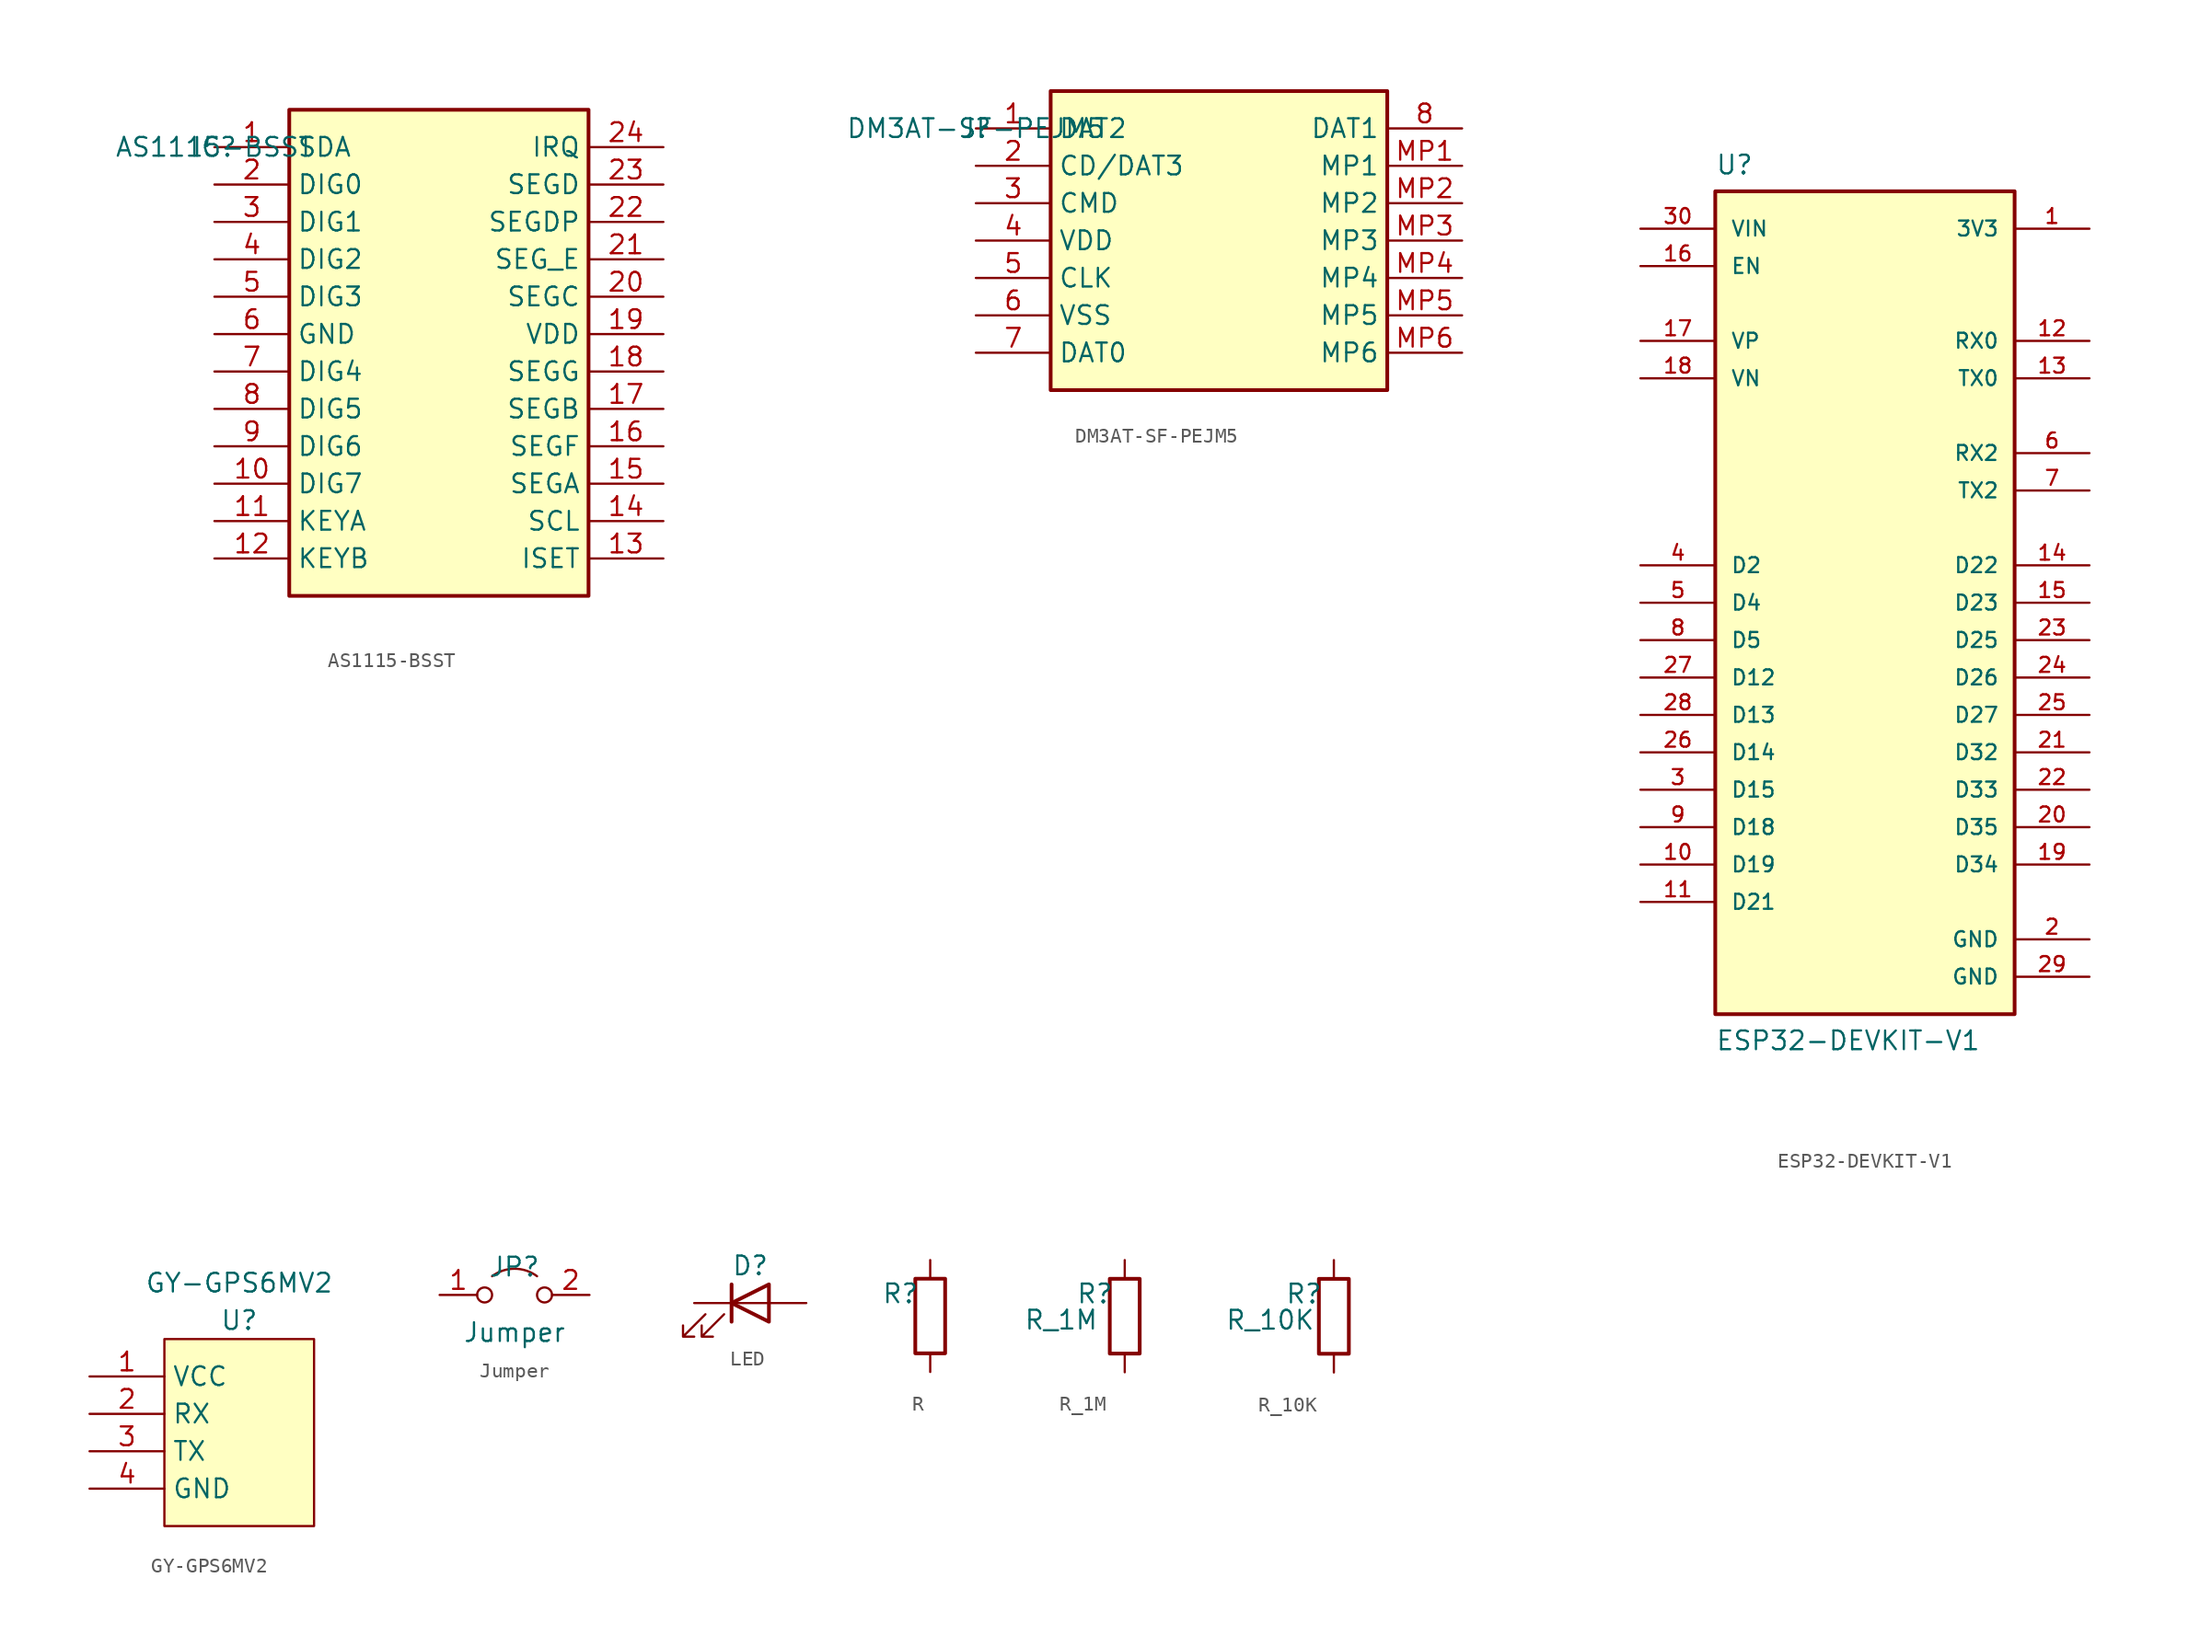
<source format=kicad_sym>
(kicad_symbol_lib
  (version 20211014)
  (generator kicad_symbol_editor)
  (symbol "AS1115-BSST"
    (property "Reference" "IC"
      (at 0 0 0)
      (effects (font (size 1.27 1.27))))
    (property "Value" "AS1115-BSST"
      (at 0 0 0)
      (effects (font (size 1.27 1.27))))
    (symbol "AS1115-BSST_1_1"
      (rectangle (start 5.08 2.54) (end 25.4 -30.48) (stroke (width 0.254) (type default) (color 0 0 0 0)) (fill (type background)))
      (pin passive line (at 0 0 0) (length 5.08) (name "SDA" (effects (font (size 1.27 1.27)))) (number "1" (effects (font (size 1.27 1.27)))))
      (pin passive line (at 0 -22.86 0) (length 5.08) (name "DIG7" (effects (font (size 1.27 1.27)))) (number "10" (effects (font (size 1.27 1.27)))))
      (pin passive line (at 0 -25.4 0) (length 5.08) (name "KEYA" (effects (font (size 1.27 1.27)))) (number "11" (effects (font (size 1.27 1.27)))))
      (pin passive line (at 0 -27.94 0) (length 5.08) (name "KEYB" (effects (font (size 1.27 1.27)))) (number "12" (effects (font (size 1.27 1.27)))))
      (pin passive line (at 30.48 -27.94 180) (length 5.08) (name "ISET" (effects (font (size 1.27 1.27)))) (number "13" (effects (font (size 1.27 1.27)))))
      (pin passive line (at 30.48 -25.4 180) (length 5.08) (name "SCL" (effects (font (size 1.27 1.27)))) (number "14" (effects (font (size 1.27 1.27)))))
      (pin passive line (at 30.48 -22.86 180) (length 5.08) (name "SEGA" (effects (font (size 1.27 1.27)))) (number "15" (effects (font (size 1.27 1.27)))))
      (pin passive line (at 30.48 -20.32 180) (length 5.08) (name "SEGF" (effects (font (size 1.27 1.27)))) (number "16" (effects (font (size 1.27 1.27)))))
      (pin passive line (at 30.48 -17.78 180) (length 5.08) (name "SEGB" (effects (font (size 1.27 1.27)))) (number "17" (effects (font (size 1.27 1.27)))))
      (pin passive line (at 30.48 -15.24 180) (length 5.08) (name "SEGG" (effects (font (size 1.27 1.27)))) (number "18" (effects (font (size 1.27 1.27)))))
      (pin passive line (at 30.48 -12.7 180) (length 5.08) (name "VDD" (effects (font (size 1.27 1.27)))) (number "19" (effects (font (size 1.27 1.27)))))
      (pin passive line (at 0 -2.54 0) (length 5.08) (name "DIG0" (effects (font (size 1.27 1.27)))) (number "2" (effects (font (size 1.27 1.27)))))
      (pin passive line (at 30.48 -10.16 180) (length 5.08) (name "SEGC" (effects (font (size 1.27 1.27)))) (number "20" (effects (font (size 1.27 1.27)))))
      (pin passive line (at 30.48 -7.62 180) (length 5.08) (name "SEG_E" (effects (font (size 1.27 1.27)))) (number "21" (effects (font (size 1.27 1.27)))))
      (pin passive line (at 30.48 -5.08 180) (length 5.08) (name "SEGDP" (effects (font (size 1.27 1.27)))) (number "22" (effects (font (size 1.27 1.27)))))
      (pin passive line (at 30.48 -2.54 180) (length 5.08) (name "SEGD" (effects (font (size 1.27 1.27)))) (number "23" (effects (font (size 1.27 1.27)))))
      (pin passive line (at 30.48 0 180) (length 5.08) (name "IRQ" (effects (font (size 1.27 1.27)))) (number "24" (effects (font (size 1.27 1.27)))))
      (pin passive line (at 0 -5.08 0) (length 5.08) (name "DIG1" (effects (font (size 1.27 1.27)))) (number "3" (effects (font (size 1.27 1.27)))))
      (pin passive line (at 0 -7.62 0) (length 5.08) (name "DIG2" (effects (font (size 1.27 1.27)))) (number "4" (effects (font (size 1.27 1.27)))))
      (pin passive line (at 0 -10.16 0) (length 5.08) (name "DIG3" (effects (font (size 1.27 1.27)))) (number "5" (effects (font (size 1.27 1.27)))))
      (pin passive line (at 0 -12.7 0) (length 5.08) (name "GND" (effects (font (size 1.27 1.27)))) (number "6" (effects (font (size 1.27 1.27)))))
      (pin passive line (at 0 -15.24 0) (length 5.08) (name "DIG4" (effects (font (size 1.27 1.27)))) (number "7" (effects (font (size 1.27 1.27)))))
      (pin passive line (at 0 -17.78 0) (length 5.08) (name "DIG5" (effects (font (size 1.27 1.27)))) (number "8" (effects (font (size 1.27 1.27)))))
      (pin passive line (at 0 -20.32 0) (length 5.08) (name "DIG6" (effects (font (size 1.27 1.27)))) (number "9" (effects (font (size 1.27 1.27)))))))
  (symbol "DM3AT-SF-PEJM5"
    (property "Reference" "J"
      (at 0 0 0)
      (effects (font (size 1.27 1.27))))
    (property "Value" "DM3AT-SF-PEJM5"
      (at 0 0 0)
      (effects (font (size 1.27 1.27))))
    (symbol "DM3AT-SF-PEJM5_1_1"
      (rectangle (start 5.08 2.54) (end 27.94 -17.78) (stroke (width 0.254) (type default) (color 0 0 0 0)) (fill (type background)))
      (pin passive line (at 0 0 0) (length 5.08) (name "DAT2" (effects (font (size 1.27 1.27)))) (number "1" (effects (font (size 1.27 1.27)))))
      (pin passive line (at 0 -2.54 0) (length 5.08) (name "CD/DAT3" (effects (font (size 1.27 1.27)))) (number "2" (effects (font (size 1.27 1.27)))))
      (pin passive line (at 0 -5.08 0) (length 5.08) (name "CMD" (effects (font (size 1.27 1.27)))) (number "3" (effects (font (size 1.27 1.27)))))
      (pin passive line (at 0 -7.62 0) (length 5.08) (name "VDD" (effects (font (size 1.27 1.27)))) (number "4" (effects (font (size 1.27 1.27)))))
      (pin passive line (at 0 -10.16 0) (length 5.08) (name "CLK" (effects (font (size 1.27 1.27)))) (number "5" (effects (font (size 1.27 1.27)))))
      (pin passive line (at 0 -12.7 0) (length 5.08) (name "VSS" (effects (font (size 1.27 1.27)))) (number "6" (effects (font (size 1.27 1.27)))))
      (pin passive line (at 0 -15.24 0) (length 5.08) (name "DAT0" (effects (font (size 1.27 1.27)))) (number "7" (effects (font (size 1.27 1.27)))))
      (pin passive line (at 33.02 0 180) (length 5.08) (name "DAT1" (effects (font (size 1.27 1.27)))) (number "8" (effects (font (size 1.27 1.27)))))
      (pin passive line (at 33.02 -2.54 180) (length 5.08) (name "MP1" (effects (font (size 1.27 1.27)))) (number "MP1" (effects (font (size 1.27 1.27)))))
      (pin passive line (at 33.02 -5.08 180) (length 5.08) (name "MP2" (effects (font (size 1.27 1.27)))) (number "MP2" (effects (font (size 1.27 1.27)))))
      (pin passive line (at 33.02 -7.62 180) (length 5.08) (name "MP3" (effects (font (size 1.27 1.27)))) (number "MP3" (effects (font (size 1.27 1.27)))))
      (pin passive line (at 33.02 -10.16 180) (length 5.08) (name "MP4" (effects (font (size 1.27 1.27)))) (number "MP4" (effects (font (size 1.27 1.27)))))
      (pin passive line (at 33.02 -12.7 180) (length 5.08) (name "MP5" (effects (font (size 1.27 1.27)))) (number "MP5" (effects (font (size 1.27 1.27)))))
      (pin passive line (at 33.02 -15.24 180) (length 5.08) (name "MP6" (effects (font (size 1.27 1.27)))) (number "MP6" (effects (font (size 1.27 1.27)))))))
  (symbol "ESP32-DEVKIT-V1"
    (pin_names
      (offset 1.016))
    (property "Reference" "U"
      (at -10.16 30.48 0)
      (effects (font (size 1.27 1.27)) (justify left top)))
    (property "Value" "ESP32-DEVKIT-V1"
      (at -10.16 -30.48 0)
      (effects (font (size 1.27 1.27)) (justify left bottom)))
    (symbol "ESP32-DEVKIT-V1_0_0"
      (rectangle (start -10.16 -27.94) (end 10.16 27.94) (stroke (width 0.254) (type default) (color 0 0 0 0)) (fill (type background)))
      (pin output line (at 15.24 25.4 180) (length 5.08) (name "3V3" (effects (font (size 1.016 1.016)))) (number "1" (effects (font (size 1.016 1.016)))))
      (pin bidirectional line (at -15.24 -17.78 0) (length 5.08) (name "D19" (effects (font (size 1.016 1.016)))) (number "10" (effects (font (size 1.016 1.016)))))
      (pin bidirectional line (at -15.24 -20.32 0) (length 5.08) (name "D21" (effects (font (size 1.016 1.016)))) (number "11" (effects (font (size 1.016 1.016)))))
      (pin input line (at 15.24 17.78 180) (length 5.08) (name "RX0" (effects (font (size 1.016 1.016)))) (number "12" (effects (font (size 1.016 1.016)))))
      (pin output line (at 15.24 15.24 180) (length 5.08) (name "TX0" (effects (font (size 1.016 1.016)))) (number "13" (effects (font (size 1.016 1.016)))))
      (pin bidirectional line (at 15.24 2.54 180) (length 5.08) (name "D22" (effects (font (size 1.016 1.016)))) (number "14" (effects (font (size 1.016 1.016)))))
      (pin bidirectional line (at 15.24 0 180) (length 5.08) (name "D23" (effects (font (size 1.016 1.016)))) (number "15" (effects (font (size 1.016 1.016)))))
      (pin input line (at -15.24 22.86 0) (length 5.08) (name "EN" (effects (font (size 1.016 1.016)))) (number "16" (effects (font (size 1.016 1.016)))))
      (pin bidirectional line (at -15.24 17.78 0) (length 5.08) (name "VP" (effects (font (size 1.016 1.016)))) (number "17" (effects (font (size 1.016 1.016)))))
      (pin bidirectional line (at -15.24 15.24 0) (length 5.08) (name "VN" (effects (font (size 1.016 1.016)))) (number "18" (effects (font (size 1.016 1.016)))))
      (pin bidirectional line (at 15.24 -17.78 180) (length 5.08) (name "D34" (effects (font (size 1.016 1.016)))) (number "19" (effects (font (size 1.016 1.016)))))
      (pin power_in line (at 15.24 -22.86 180) (length 5.08) (name "GND" (effects (font (size 1.016 1.016)))) (number "2" (effects (font (size 1.016 1.016)))))
      (pin bidirectional line (at 15.24 -15.24 180) (length 5.08) (name "D35" (effects (font (size 1.016 1.016)))) (number "20" (effects (font (size 1.016 1.016)))))
      (pin bidirectional line (at 15.24 -10.16 180) (length 5.08) (name "D32" (effects (font (size 1.016 1.016)))) (number "21" (effects (font (size 1.016 1.016)))))
      (pin bidirectional line (at 15.24 -12.7 180) (length 5.08) (name "D33" (effects (font (size 1.016 1.016)))) (number "22" (effects (font (size 1.016 1.016)))))
      (pin bidirectional line (at 15.24 -2.54 180) (length 5.08) (name "D25" (effects (font (size 1.016 1.016)))) (number "23" (effects (font (size 1.016 1.016)))))
      (pin bidirectional line (at 15.24 -5.08 180) (length 5.08) (name "D26" (effects (font (size 1.016 1.016)))) (number "24" (effects (font (size 1.016 1.016)))))
      (pin bidirectional line (at 15.24 -7.62 180) (length 5.08) (name "D27" (effects (font (size 1.016 1.016)))) (number "25" (effects (font (size 1.016 1.016)))))
      (pin bidirectional line (at -15.24 -10.16 0) (length 5.08) (name "D14" (effects (font (size 1.016 1.016)))) (number "26" (effects (font (size 1.016 1.016)))))
      (pin bidirectional line (at -15.24 -5.08 0) (length 5.08) (name "D12" (effects (font (size 1.016 1.016)))) (number "27" (effects (font (size 1.016 1.016)))))
      (pin bidirectional line (at -15.24 -7.62 0) (length 5.08) (name "D13" (effects (font (size 1.016 1.016)))) (number "28" (effects (font (size 1.016 1.016)))))
      (pin power_in line (at 15.24 -25.4 180) (length 5.08) (name "GND" (effects (font (size 1.016 1.016)))) (number "29" (effects (font (size 1.016 1.016)))))
      (pin bidirectional line (at -15.24 -12.7 0) (length 5.08) (name "D15" (effects (font (size 1.016 1.016)))) (number "3" (effects (font (size 1.016 1.016)))))
      (pin input line (at -15.24 25.4 0) (length 5.08) (name "VIN" (effects (font (size 1.016 1.016)))) (number "30" (effects (font (size 1.016 1.016)))))
      (pin bidirectional line (at -15.24 2.54 0) (length 5.08) (name "D2" (effects (font (size 1.016 1.016)))) (number "4" (effects (font (size 1.016 1.016)))))
      (pin bidirectional line (at -15.24 0 0) (length 5.08) (name "D4" (effects (font (size 1.016 1.016)))) (number "5" (effects (font (size 1.016 1.016)))))
      (pin input line (at 15.24 10.16 180) (length 5.08) (name "RX2" (effects (font (size 1.016 1.016)))) (number "6" (effects (font (size 1.016 1.016)))))
      (pin output line (at 15.24 7.62 180) (length 5.08) (name "TX2" (effects (font (size 1.016 1.016)))) (number "7" (effects (font (size 1.016 1.016)))))
      (pin bidirectional line (at -15.24 -2.54 0) (length 5.08) (name "D5" (effects (font (size 1.016 1.016)))) (number "8" (effects (font (size 1.016 1.016)))))
      (pin bidirectional line (at -15.24 -15.24 0) (length 5.08) (name "D18" (effects (font (size 1.016 1.016)))) (number "9" (effects (font (size 1.016 1.016)))))))
  (symbol "GY-GPS6MV2"
    (property "Reference" "U"
      (at 0 7.62 0)
      (effects (font (size 1.27 1.27))))
    (property "Value" "GY-GPS6MV2"
      (at 0 10.16 0)
      (effects (font (size 1.27 1.27))))
    (symbol "GY-GPS6MV2_0_1"
      (rectangle (start -5.08 6.35) (end 5.08 -6.35) (stroke (width 0) (type default) (color 0 0 0 0)) (fill (type background))))
    (symbol "GY-GPS6MV2_1_1"
      (pin passive line (at -10.16 3.81 0) (length 5.08) (name "VCC" (effects (font (size 1.27 1.27)))) (number "1" (effects (font (size 1.27 1.27)))))
      (pin passive line (at -10.16 1.27 0) (length 5.08) (name "RX" (effects (font (size 1.27 1.27)))) (number "2" (effects (font (size 1.27 1.27)))))
      (pin passive line (at -10.16 -1.27 0) (length 5.08) (name "TX" (effects (font (size 1.27 1.27)))) (number "3" (effects (font (size 1.27 1.27)))))
      (pin passive line (at -10.16 -3.81 0) (length 5.08) (name "GND" (effects (font (size 1.27 1.27)))) (number "4" (effects (font (size 1.27 1.27)))))))
  (symbol "Jumper"
    (pin_names
      (offset 0) hide)
    (property "Reference" "JP"
      (at 0 1.905 0)
      (effects (font (size 1.27 1.27))))
    (property "Value" "Jumper"
      (at 0 -2.54 0)
      (effects (font (size 1.27 1.27))))
    (symbol "Jumper_0_0"
      (circle (center -2.032 0) (radius 0.508) (stroke (width 0) (type default) (color 0 0 0 0)) (fill (type none)))
      (circle (center 2.032 0) (radius 0.508) (stroke (width 0) (type default) (color 0 0 0 0)) (fill (type none))))
    (symbol "Jumper_0_1"
      (arc (start 1.524 1.27) (mid 0 1.778) (end -1.524 1.27) (stroke (width 0) (type default) (color 0 0 0 0)) (fill (type none))))
    (symbol "Jumper_1_1"
      (pin passive line (at -5.08 0 0) (length 2.54) (name "A" (effects (font (size 1.27 1.27)))) (number "1" (effects (font (size 1.27 1.27)))))
      (pin passive line (at 5.08 0 180) (length 2.54) (name "B" (effects (font (size 1.27 1.27)))) (number "2" (effects (font (size 1.27 1.27)))))))
  (symbol "LED"
    (pin_numbers hide)
    (pin_names
      (offset 1.016) hide)
    (property "Reference" "D"
      (at 0 2.54 0)
      (effects (font (size 1.27 1.27))))
    (symbol "LED_0_1"
      (polyline (pts (xy -1.27 -1.27) (xy -1.27 1.27)) (stroke (width 0.254) (type default) (color 0 0 0 0)) (fill (type none)))
      (polyline (pts (xy -1.27 0) (xy 1.27 0)) (stroke (width 0) (type default) (color 0 0 0 0)) (fill (type none)))
      (polyline (pts (xy 1.27 -1.27) (xy 1.27 1.27) (xy -1.27 0) (xy 1.27 -1.27)) (stroke (width 0.254) (type default) (color 0 0 0 0)) (fill (type none)))
      (polyline (pts (xy -3.048 -0.762) (xy -4.572 -2.286) (xy -3.81 -2.286) (xy -4.572 -2.286) (xy -4.572 -1.524)) (stroke (width 0) (type default) (color 0 0 0 0)) (fill (type none)))
      (polyline (pts (xy -1.778 -0.762) (xy -3.302 -2.286) (xy -2.54 -2.286) (xy -3.302 -2.286) (xy -3.302 -1.524)) (stroke (width 0) (type default) (color 0 0 0 0)) (fill (type none))))
    (symbol "LED_1_1"
      (pin passive line (at -3.81 0 0) (length 2.54) (name "K" (effects (font (size 1.27 1.27)))) (number "1" (effects (font (size 1.27 1.27)))))
      (pin passive line (at 3.81 0 180) (length 2.54) (name "A" (effects (font (size 1.27 1.27)))) (number "2" (effects (font (size 1.27 1.27)))))))
  (symbol "R"
    (pin_numbers hide)
    (pin_names
      (offset 1.016) hide)
    (property "Reference" "R"
      (at -2.032 1.524 0)
      (effects (font (size 1.27 1.27))))
    (symbol "R_0_1"
      (rectangle (start -1.016 -2.54) (end 1.016 2.54) (stroke (width 0.254) (type default) (color 0 0 0 0)) (fill (type none))))
    (symbol "R_1_1"
      (pin passive line (at 0 3.81 270) (length 1.27) (name "~" (effects (font (size 1.27 1.27)))) (number "1" (effects (font (size 1.27 1.27)))))
      (pin passive line (at 0 -3.81 90) (length 1.27) (name "~" (effects (font (size 1.27 1.27)))) (number "2" (effects (font (size 1.27 1.27)))))))
  (symbol "R_1M"
    (pin_numbers hide)
    (pin_names
      (offset 1.016) hide)
    (property "Reference" "R"
      (at -2.032 1.524 0)
      (effects (font (size 1.27 1.27))))
    (property "Value" "R_1M"
      (at -4.318 -0.254 0)
      (effects (font (size 1.27 1.27))))
    (symbol "R_1M_0_1"
      (rectangle (start -1.016 -2.54) (end 1.016 2.54) (stroke (width 0.254) (type default) (color 0 0 0 0)) (fill (type none))))
    (symbol "R_1M_1_1"
      (pin passive line (at 0 3.81 270) (length 1.27) (name "~" (effects (font (size 1.27 1.27)))) (number "1" (effects (font (size 1.27 1.27)))))
      (pin passive line (at 0 -3.81 90) (length 1.27) (name "~" (effects (font (size 1.27 1.27)))) (number "2" (effects (font (size 1.27 1.27)))))))
  (symbol "R_10K"
    (pin_numbers hide)
    (pin_names
      (offset 1.016) hide)
    (property "Reference" "R"
      (at -2.032 1.524 0)
      (effects (font (size 1.27 1.27))))
    (property "Value" "R_10K"
      (at -4.318 -0.254 0)
      (effects (font (size 1.27 1.27))))
    (symbol "R_10K_0_1"
      (rectangle (start -1.016 -2.54) (end 1.016 2.54) (stroke (width 0.254) (type default) (color 0 0 0 0)) (fill (type none))))
    (symbol "R_10K_1_1"
      (pin passive line (at 0 3.81 270) (length 1.27) (name "~" (effects (font (size 1.27 1.27)))) (number "1" (effects (font (size 1.27 1.27)))))
      (pin passive line (at 0 -3.81 90) (length 1.27) (name "~" (effects (font (size 1.27 1.27)))) (number "2" (effects (font (size 1.27 1.27))))))))
</source>
